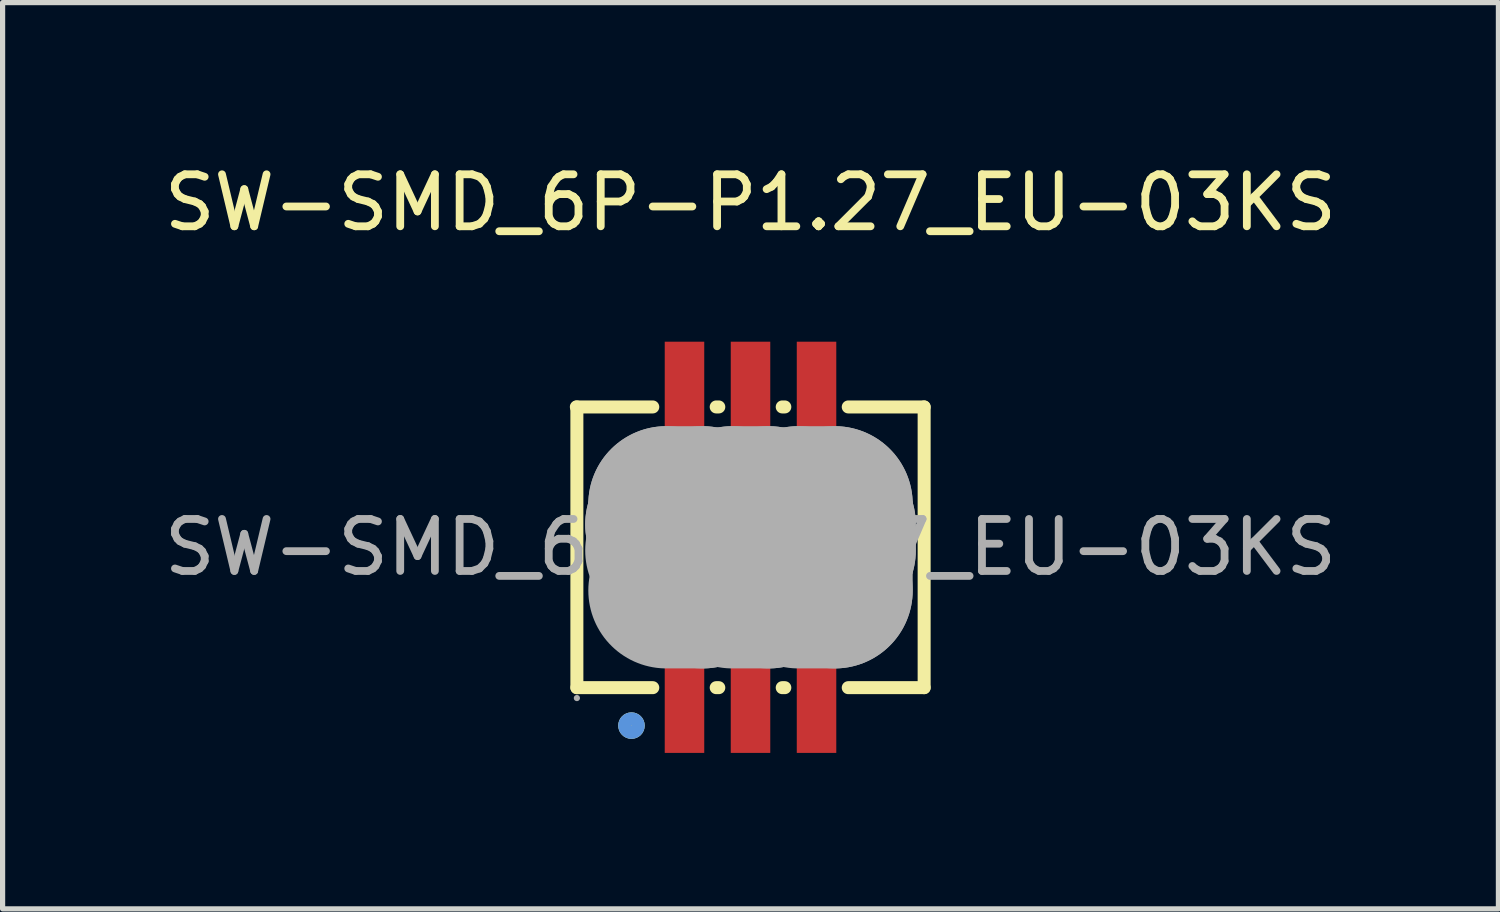
<source format=kicad_pcb>
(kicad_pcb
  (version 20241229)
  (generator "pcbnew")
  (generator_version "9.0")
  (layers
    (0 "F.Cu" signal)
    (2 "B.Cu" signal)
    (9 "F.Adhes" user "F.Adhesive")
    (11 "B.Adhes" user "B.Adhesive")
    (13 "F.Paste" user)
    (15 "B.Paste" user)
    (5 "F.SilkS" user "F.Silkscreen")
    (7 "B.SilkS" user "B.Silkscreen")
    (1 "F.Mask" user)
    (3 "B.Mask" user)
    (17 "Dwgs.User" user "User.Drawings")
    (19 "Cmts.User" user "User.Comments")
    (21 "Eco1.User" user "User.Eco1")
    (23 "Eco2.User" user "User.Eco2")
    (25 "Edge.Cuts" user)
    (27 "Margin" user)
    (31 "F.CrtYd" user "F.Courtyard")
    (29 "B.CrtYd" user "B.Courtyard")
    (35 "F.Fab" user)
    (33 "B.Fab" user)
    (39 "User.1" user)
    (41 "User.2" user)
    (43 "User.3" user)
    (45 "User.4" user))
  (footprint "SW-SMD_6P-P1.27_EU-03KS"
    (layer "F.Cu")
    (at 11.387 7.478)
    (property "Reference" "SW-SMD_6P-P1.27_EU-03KS" (at 0 -6.63 0) (layer "F.SilkS") (effects (font (size 1 1) (thickness 0.15))))
    (attr smd)
    (fp_line (start -3.34 -2.7) (end -3.34 2.7) (stroke (width 0.25) (type solid)) (layer "F.SilkS"))
    (fp_line (start -3.34 2.7) (end -1.88 2.7) (stroke (width 0.25) (type solid)) (layer "F.SilkS"))
    (fp_line (start -1.88 -2.7) (end -3.35 -2.7) (stroke (width 0.25) (type solid)) (layer "F.SilkS"))
    (fp_line (start -0.66 2.7) (end -0.61 2.7) (stroke (width 0.25) (type solid)) (layer "F.SilkS"))
    (fp_line (start -0.61 -2.7) (end -0.66 -2.7) (stroke (width 0.25) (type solid)) (layer "F.SilkS"))
    (fp_line (start 0.61 2.7) (end 0.66 2.7) (stroke (width 0.25) (type solid)) (layer "F.SilkS"))
    (fp_line (start 0.66 -2.7) (end 0.61 -2.7) (stroke (width 0.25) (type solid)) (layer "F.SilkS"))
    (fp_line (start 1.88 2.7) (end 3.34 2.7) (stroke (width 0.25) (type solid)) (layer "F.SilkS"))
    (fp_line (start 3.34 -2.7) (end 1.88 -2.7) (stroke (width 0.25) (type solid)) (layer "F.SilkS"))
    (fp_line (start 3.34 2.7) (end 3.34 -2.7) (stroke (width 0.25) (type solid)) (layer "F.SilkS"))
    (fp_circle (center -2.29 3.43) (end -2.16 3.43) (stroke (width 0.25) (type solid)) (fill no) (layer "F.SilkS"))
    (fp_circle (center -2.29 3.43) (end -2.16 3.43) (stroke (width 0.25) (type solid)) (fill no) (layer "Cmts.User"))
    (fp_line (start -1.68 -0.44) (end -1.68 -0.44) (stroke (width 3) (type solid)) (layer "F.Fab"))
    (fp_line (start -1.68 -0.44) (end -0.86 -0.44) (stroke (width 3) (type solid)) (layer "F.Fab"))
    (fp_line (start -1.62 -0.83) (end -1.62 -0.83) (stroke (width 3) (type solid)) (layer "F.Fab"))
    (fp_line (start -1.62 -0.83) (end -0.92 -0.83) (stroke (width 3) (type solid)) (layer "F.Fab"))
    (fp_line (start -0.92 -0.83) (end -0.92 0.83) (stroke (width 3) (type solid)) (layer "F.Fab"))
    (fp_line (start -0.92 0.83) (end -1.62 0.83) (stroke (width 3) (type solid)) (layer "F.Fab"))
    (fp_line (start -0.86 -0.44) (end -0.86 0.06) (stroke (width 3) (type solid)) (layer "F.Fab"))
    (fp_line (start -0.86 0.06) (end -1.68 0.06) (stroke (width 3) (type solid)) (layer "F.Fab"))
    (fp_line (start -0.41 -0.44) (end -0.41 -0.44) (stroke (width 3) (type solid)) (layer "F.Fab"))
    (fp_line (start -0.41 -0.44) (end 0.41 -0.44) (stroke (width 3) (type solid)) (layer "F.Fab"))
    (fp_line (start -0.35 -0.83) (end -0.35 -0.83) (stroke (width 3) (type solid)) (layer "F.Fab"))
    (fp_line (start -0.35 -0.83) (end 0.35 -0.83) (stroke (width 3) (type solid)) (layer "F.Fab"))
    (fp_line (start 0.35 -0.83) (end 0.35 0.83) (stroke (width 3) (type solid)) (layer "F.Fab"))
    (fp_line (start 0.35 0.83) (end -0.35 0.83) (stroke (width 3) (type solid)) (layer "F.Fab"))
    (fp_line (start 0.41 -0.44) (end 0.41 0.06) (stroke (width 3) (type solid)) (layer "F.Fab"))
    (fp_line (start 0.41 0.06) (end -0.41 0.06) (stroke (width 3) (type solid)) (layer "F.Fab"))
    (fp_line (start 0.86 -0.44) (end 0.86 -0.44) (stroke (width 3) (type solid)) (layer "F.Fab"))
    (fp_line (start 0.86 -0.44) (end 1.68 -0.44) (stroke (width 3) (type solid)) (layer "F.Fab"))
    (fp_line (start 0.92 -0.83) (end 0.92 -0.83) (stroke (width 3) (type solid)) (layer "F.Fab"))
    (fp_line (start 0.92 -0.83) (end 1.62 -0.83) (stroke (width 3) (type solid)) (layer "F.Fab"))
    (fp_line (start 1.62 -0.83) (end 1.62 0.83) (stroke (width 3) (type solid)) (layer "F.Fab"))
    (fp_line (start 1.62 0.83) (end 0.92 0.83) (stroke (width 3) (type solid)) (layer "F.Fab"))
    (fp_line (start 1.68 -0.44) (end 1.68 0.06) (stroke (width 3) (type solid)) (layer "F.Fab"))
    (fp_line (start 1.68 0.06) (end 0.86 0.06) (stroke (width 3) (type solid)) (layer "F.Fab"))
    (fp_circle (center -3.34 2.9) (end -3.31 2.9) (stroke (width 0.06) (type solid)) (fill no) (layer "F.Fab"))
    (fp_text user "${REFERENCE}" (at 0 0 0) (layer "F.Fab") (effects (font (size 1 1) (thickness 0.15))))
    (pad "1" smd rect (at -1.27 2.63 90) (size 2.65 0.76) (layers "F.Cu" "F.Mask" "F.Paste"))
    (pad "2" smd rect (at 0 2.63 90) (size 2.65 0.76) (layers "F.Cu" "F.Mask" "F.Paste"))
    (pad "3" smd rect (at 1.27 2.63 90) (size 2.65 0.76) (layers "F.Cu" "F.Mask" "F.Paste"))
    (pad "4" smd rect (at 1.27 -2.63 90) (size 2.65 0.76) (layers "F.Cu" "F.Mask" "F.Paste"))
    (pad "5" smd rect (at 0 -2.63 90) (size 2.65 0.76) (layers "F.Cu" "F.Mask" "F.Paste"))
    (pad "6" smd rect (at -1.27 -2.63 90) (size 2.65 0.76) (layers "F.Cu" "F.Mask" "F.Paste")))
  (gr_rect
    (start -3 -3)
    (end 25.774 14.433)
    (stroke (width 0.1) (type default))
    (fill no)
    (layer "Edge.Cuts")))
</source>
